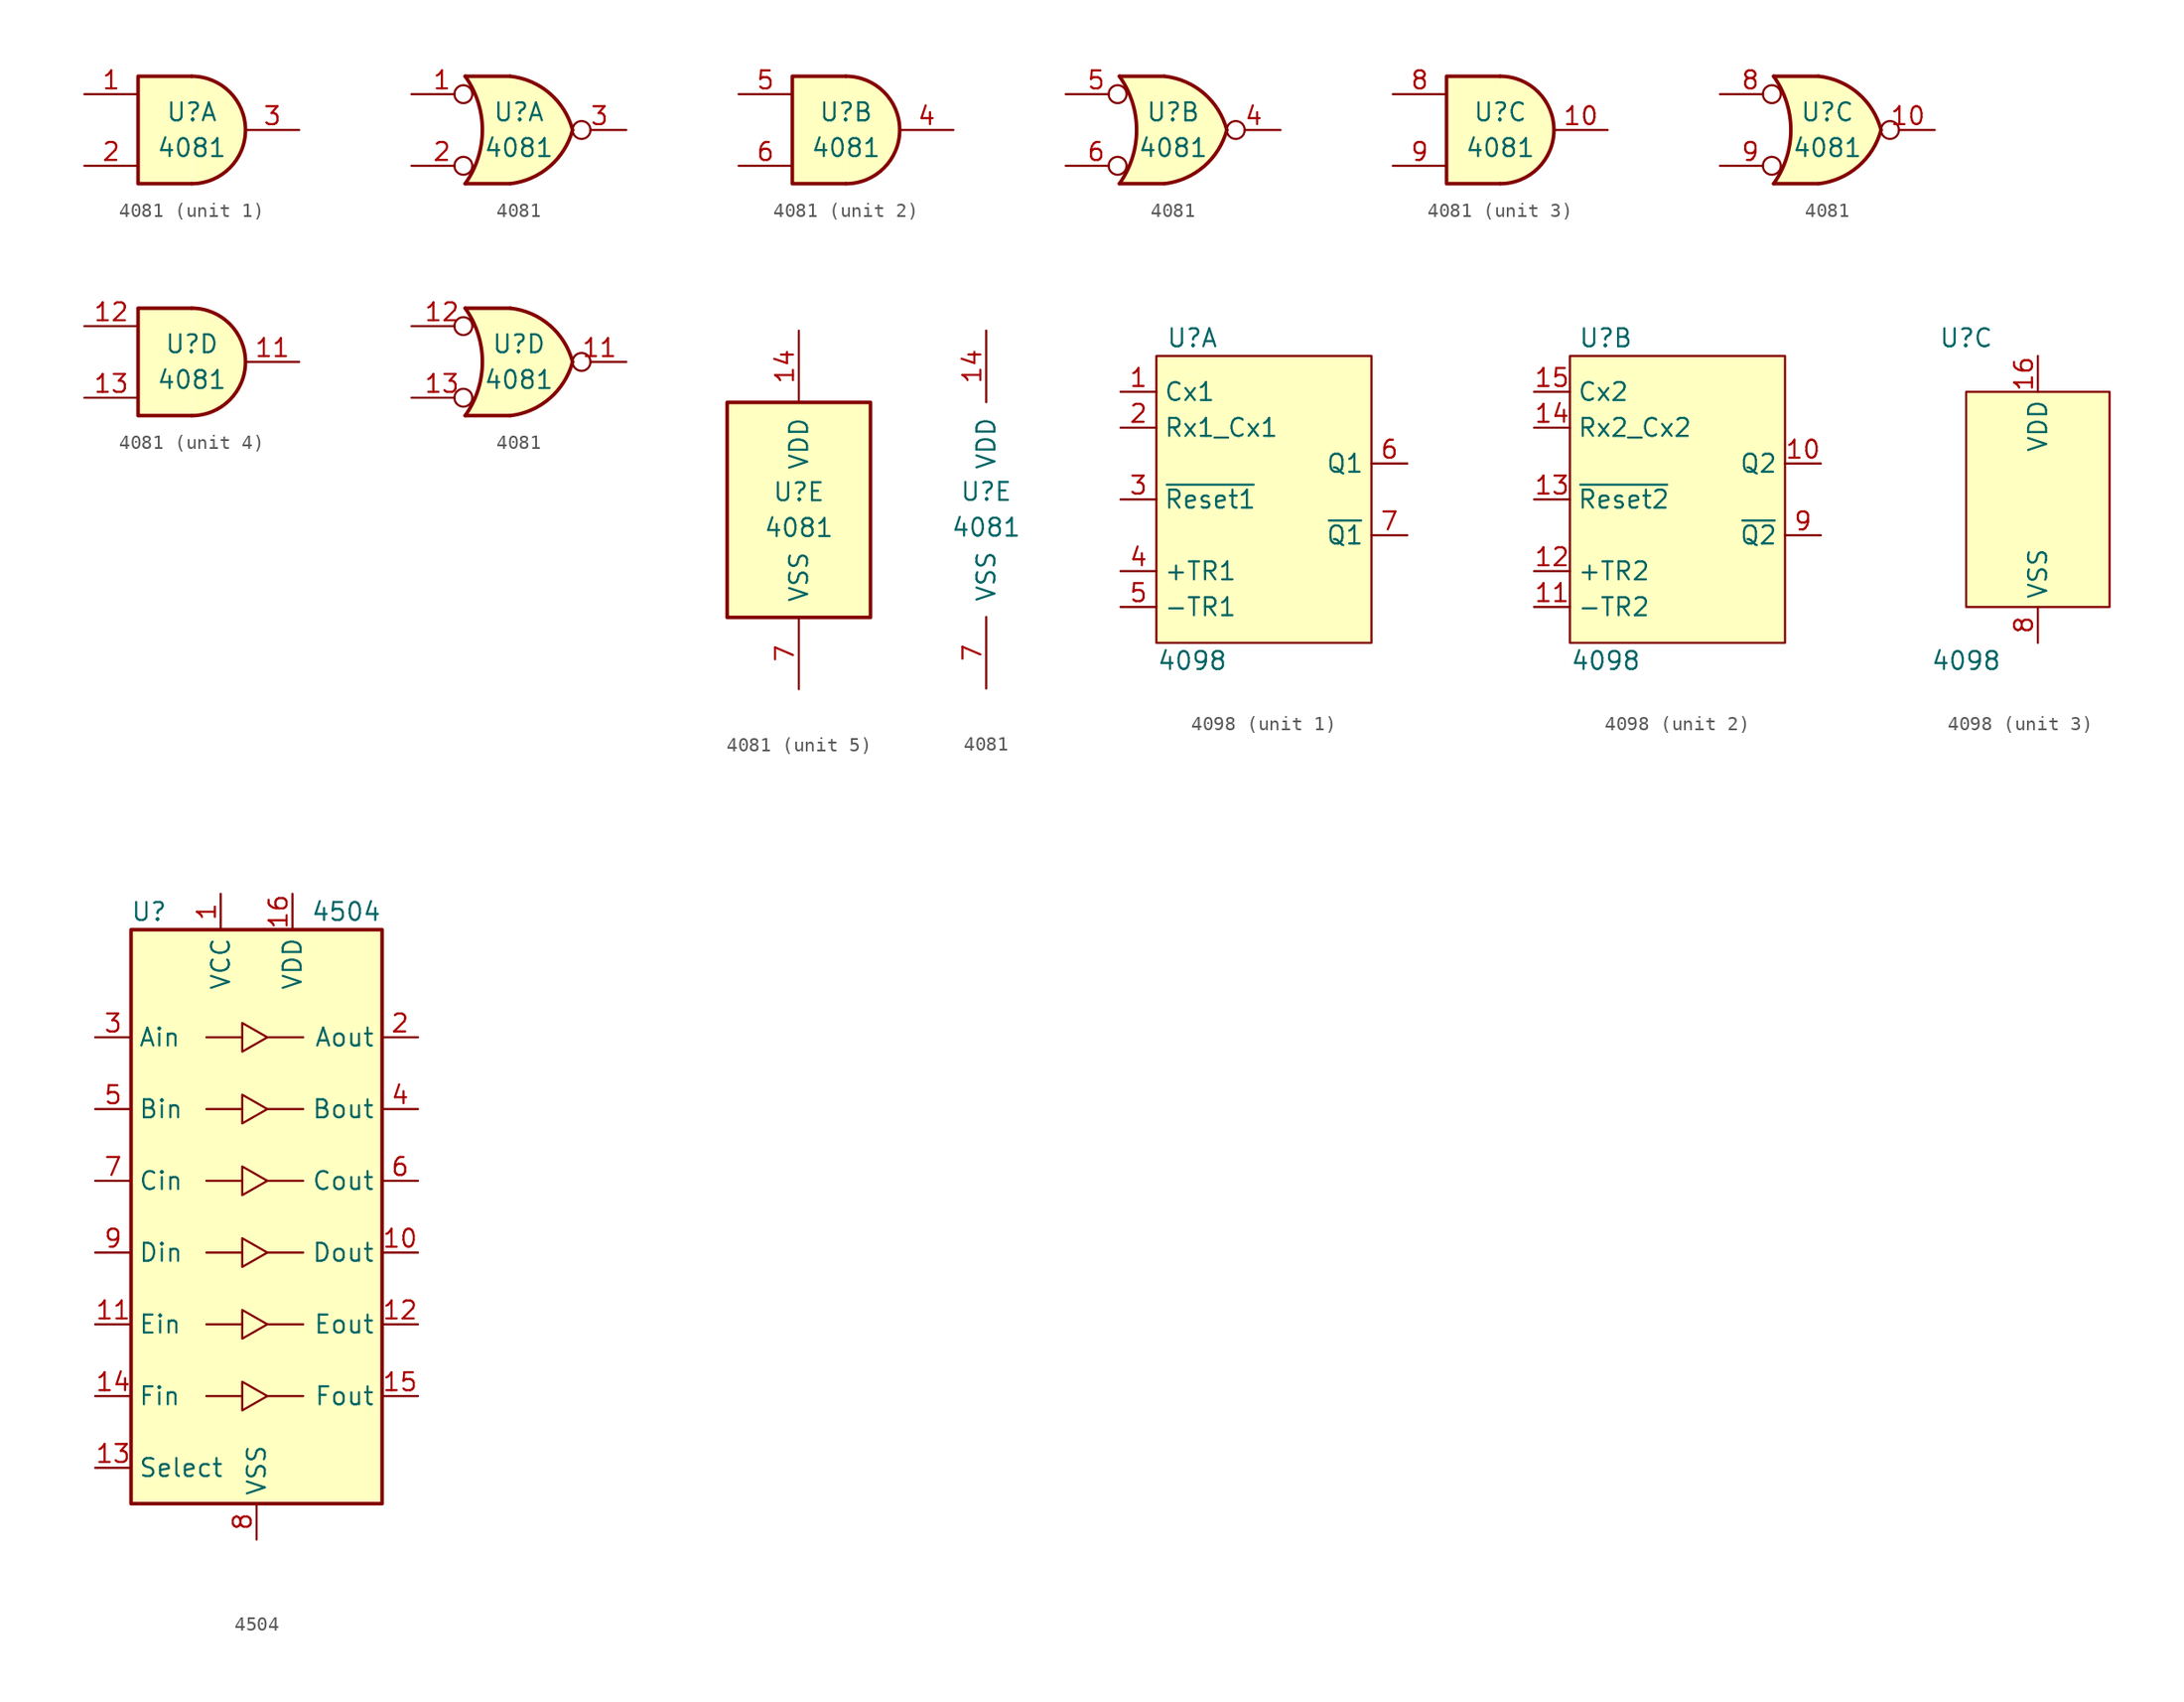
<source format=kicad_sym>
(kicad_symbol_lib
  (version 20220914)
  (generator kicad_symbol_editor)
  (symbol "4081"
    (pin_names
      (offset 1.016))
    (property "Reference" "U"
      (at 0 1.27 0)
      (effects (font (size 1.27 1.27))))
    (property "Value" "4081"
      (at 0 -1.27 0)
      (effects (font (size 1.27 1.27))))
    (property "ki_locked" ""
      (at 0 0 0)
      (effects (font (size 1.27 1.27))))
    (symbol "4081_1_1"
      (arc (start 0 -3.81) (mid 3.7934 0) (end 0 3.81) (stroke (width 0.254) (type default)) (fill (type background)))
      (polyline (pts (xy 0 3.81) (xy -3.81 3.81) (xy -3.81 -3.81) (xy 0 -3.81)) (stroke (width 0.254) (type default)) (fill (type background)))
      (pin input line (at -7.62 2.54 0) (length 3.81) (name "~" (effects (font (size 1.27 1.27)))) (number "1" (effects (font (size 1.27 1.27)))))
      (pin input line (at -7.62 -2.54 0) (length 3.81) (name "~" (effects (font (size 1.27 1.27)))) (number "2" (effects (font (size 1.27 1.27)))))
      (pin output line (at 7.62 0 180) (length 3.81) (name "~" (effects (font (size 1.27 1.27)))) (number "3" (effects (font (size 1.27 1.27))))))
    (symbol "4081_1_2"
      (arc (start -3.81 -3.81) (mid -2.589 0) (end -3.81 3.81) (stroke (width 0.254) (type default)) (fill (type none)))
      (arc (start -0.6096 -3.81) (mid 2.1842 -2.5851) (end 3.81 0) (stroke (width 0.254) (type default)) (fill (type background)))
      (polyline (pts (xy -3.81 -3.81) (xy -0.635 -3.81)) (stroke (width 0.254) (type default)) (fill (type background)))
      (polyline (pts (xy -3.81 3.81) (xy -0.635 3.81)) (stroke (width 0.254) (type default)) (fill (type background)))
      (polyline (pts (xy -0.635 3.81) (xy -3.81 3.81) (xy -3.81 3.81) (xy -3.556 3.404) (xy -3.023 2.261) (xy -2.692 1.041) (xy -2.616 -0.254) (xy -2.769 -1.499) (xy -3.175 -2.718) (xy -3.81 -3.81) (xy -3.81 -3.81) (xy -0.635 -3.81)) (stroke (width -25.4) (type default)) (fill (type background)))
      (arc (start 3.81 0) (mid 2.1915 2.5936) (end -0.6096 3.81) (stroke (width 0.254) (type default)) (fill (type background)))
      (pin input inverted (at -7.62 2.54 0) (length 4.318) (name "~" (effects (font (size 1.27 1.27)))) (number "1" (effects (font (size 1.27 1.27)))))
      (pin input inverted (at -7.62 -2.54 0) (length 4.318) (name "~" (effects (font (size 1.27 1.27)))) (number "2" (effects (font (size 1.27 1.27)))))
      (pin output inverted (at 7.62 0 180) (length 3.81) (name "~" (effects (font (size 1.27 1.27)))) (number "3" (effects (font (size 1.27 1.27))))))
    (symbol "4081_2_1"
      (arc (start 0 -3.81) (mid 3.7934 0) (end 0 3.81) (stroke (width 0.254) (type default)) (fill (type background)))
      (polyline (pts (xy 0 3.81) (xy -3.81 3.81) (xy -3.81 -3.81) (xy 0 -3.81)) (stroke (width 0.254) (type default)) (fill (type background)))
      (pin output line (at 7.62 0 180) (length 3.81) (name "~" (effects (font (size 1.27 1.27)))) (number "4" (effects (font (size 1.27 1.27)))))
      (pin input line (at -7.62 2.54 0) (length 3.81) (name "~" (effects (font (size 1.27 1.27)))) (number "5" (effects (font (size 1.27 1.27)))))
      (pin input line (at -7.62 -2.54 0) (length 3.81) (name "~" (effects (font (size 1.27 1.27)))) (number "6" (effects (font (size 1.27 1.27))))))
    (symbol "4081_2_2"
      (arc (start -3.81 -3.81) (mid -2.589 0) (end -3.81 3.81) (stroke (width 0.254) (type default)) (fill (type none)))
      (arc (start -0.6096 -3.81) (mid 2.1842 -2.5851) (end 3.81 0) (stroke (width 0.254) (type default)) (fill (type background)))
      (polyline (pts (xy -3.81 -3.81) (xy -0.635 -3.81)) (stroke (width 0.254) (type default)) (fill (type background)))
      (polyline (pts (xy -3.81 3.81) (xy -0.635 3.81)) (stroke (width 0.254) (type default)) (fill (type background)))
      (polyline (pts (xy -0.635 3.81) (xy -3.81 3.81) (xy -3.81 3.81) (xy -3.556 3.404) (xy -3.023 2.261) (xy -2.692 1.041) (xy -2.616 -0.254) (xy -2.769 -1.499) (xy -3.175 -2.718) (xy -3.81 -3.81) (xy -3.81 -3.81) (xy -0.635 -3.81)) (stroke (width -25.4) (type default)) (fill (type background)))
      (arc (start 3.81 0) (mid 2.1915 2.5936) (end -0.6096 3.81) (stroke (width 0.254) (type default)) (fill (type background)))
      (pin output inverted (at 7.62 0 180) (length 3.81) (name "~" (effects (font (size 1.27 1.27)))) (number "4" (effects (font (size 1.27 1.27)))))
      (pin input inverted (at -7.62 2.54 0) (length 4.318) (name "~" (effects (font (size 1.27 1.27)))) (number "5" (effects (font (size 1.27 1.27)))))
      (pin input inverted (at -7.62 -2.54 0) (length 4.318) (name "~" (effects (font (size 1.27 1.27)))) (number "6" (effects (font (size 1.27 1.27))))))
    (symbol "4081_3_1"
      (arc (start 0 -3.81) (mid 3.7934 0) (end 0 3.81) (stroke (width 0.254) (type default)) (fill (type background)))
      (polyline (pts (xy 0 3.81) (xy -3.81 3.81) (xy -3.81 -3.81) (xy 0 -3.81)) (stroke (width 0.254) (type default)) (fill (type background)))
      (pin output line (at 7.62 0 180) (length 3.81) (name "~" (effects (font (size 1.27 1.27)))) (number "10" (effects (font (size 1.27 1.27)))))
      (pin input line (at -7.62 2.54 0) (length 3.81) (name "~" (effects (font (size 1.27 1.27)))) (number "8" (effects (font (size 1.27 1.27)))))
      (pin input line (at -7.62 -2.54 0) (length 3.81) (name "~" (effects (font (size 1.27 1.27)))) (number "9" (effects (font (size 1.27 1.27))))))
    (symbol "4081_3_2"
      (arc (start -3.81 -3.81) (mid -2.589 0) (end -3.81 3.81) (stroke (width 0.254) (type default)) (fill (type none)))
      (arc (start -0.6096 -3.81) (mid 2.1842 -2.5851) (end 3.81 0) (stroke (width 0.254) (type default)) (fill (type background)))
      (polyline (pts (xy -3.81 -3.81) (xy -0.635 -3.81)) (stroke (width 0.254) (type default)) (fill (type background)))
      (polyline (pts (xy -3.81 3.81) (xy -0.635 3.81)) (stroke (width 0.254) (type default)) (fill (type background)))
      (polyline (pts (xy -0.635 3.81) (xy -3.81 3.81) (xy -3.81 3.81) (xy -3.556 3.404) (xy -3.023 2.261) (xy -2.692 1.041) (xy -2.616 -0.254) (xy -2.769 -1.499) (xy -3.175 -2.718) (xy -3.81 -3.81) (xy -3.81 -3.81) (xy -0.635 -3.81)) (stroke (width -25.4) (type default)) (fill (type background)))
      (arc (start 3.81 0) (mid 2.1915 2.5936) (end -0.6096 3.81) (stroke (width 0.254) (type default)) (fill (type background)))
      (pin output inverted (at 7.62 0 180) (length 3.81) (name "~" (effects (font (size 1.27 1.27)))) (number "10" (effects (font (size 1.27 1.27)))))
      (pin input inverted (at -7.62 2.54 0) (length 4.318) (name "~" (effects (font (size 1.27 1.27)))) (number "8" (effects (font (size 1.27 1.27)))))
      (pin input inverted (at -7.62 -2.54 0) (length 4.318) (name "~" (effects (font (size 1.27 1.27)))) (number "9" (effects (font (size 1.27 1.27))))))
    (symbol "4081_4_1"
      (arc (start 0 -3.81) (mid 3.7934 0) (end 0 3.81) (stroke (width 0.254) (type default)) (fill (type background)))
      (polyline (pts (xy 0 3.81) (xy -3.81 3.81) (xy -3.81 -3.81) (xy 0 -3.81)) (stroke (width 0.254) (type default)) (fill (type background)))
      (pin output line (at 7.62 0 180) (length 3.81) (name "~" (effects (font (size 1.27 1.27)))) (number "11" (effects (font (size 1.27 1.27)))))
      (pin input line (at -7.62 2.54 0) (length 3.81) (name "~" (effects (font (size 1.27 1.27)))) (number "12" (effects (font (size 1.27 1.27)))))
      (pin input line (at -7.62 -2.54 0) (length 3.81) (name "~" (effects (font (size 1.27 1.27)))) (number "13" (effects (font (size 1.27 1.27))))))
    (symbol "4081_4_2"
      (arc (start -3.81 -3.81) (mid -2.589 0) (end -3.81 3.81) (stroke (width 0.254) (type default)) (fill (type none)))
      (arc (start -0.6096 -3.81) (mid 2.1842 -2.5851) (end 3.81 0) (stroke (width 0.254) (type default)) (fill (type background)))
      (polyline (pts (xy -3.81 -3.81) (xy -0.635 -3.81)) (stroke (width 0.254) (type default)) (fill (type background)))
      (polyline (pts (xy -3.81 3.81) (xy -0.635 3.81)) (stroke (width 0.254) (type default)) (fill (type background)))
      (polyline (pts (xy -0.635 3.81) (xy -3.81 3.81) (xy -3.81 3.81) (xy -3.556 3.404) (xy -3.023 2.261) (xy -2.692 1.041) (xy -2.616 -0.254) (xy -2.769 -1.499) (xy -3.175 -2.718) (xy -3.81 -3.81) (xy -3.81 -3.81) (xy -0.635 -3.81)) (stroke (width -25.4) (type default)) (fill (type background)))
      (arc (start 3.81 0) (mid 2.1915 2.5936) (end -0.6096 3.81) (stroke (width 0.254) (type default)) (fill (type background)))
      (pin output inverted (at 7.62 0 180) (length 3.81) (name "~" (effects (font (size 1.27 1.27)))) (number "11" (effects (font (size 1.27 1.27)))))
      (pin input inverted (at -7.62 2.54 0) (length 4.318) (name "~" (effects (font (size 1.27 1.27)))) (number "12" (effects (font (size 1.27 1.27)))))
      (pin input inverted (at -7.62 -2.54 0) (length 4.318) (name "~" (effects (font (size 1.27 1.27)))) (number "13" (effects (font (size 1.27 1.27))))))
    (symbol "4081_5_0"
      (pin power_in line (at 0 12.7 270) (length 5.08) (name "VDD" (effects (font (size 1.27 1.27)))) (number "14" (effects (font (size 1.27 1.27)))))
      (pin power_in line (at 0 -12.7 90) (length 5.08) (name "VSS" (effects (font (size 1.27 1.27)))) (number "7" (effects (font (size 1.27 1.27))))))
    (symbol "4081_5_1"
      (rectangle (start -5.08 7.62) (end 5.08 -7.62) (stroke (width 0.254) (type default)) (fill (type background)))))
  (symbol "4098"
    (property "Reference" "U"
      (at -5.08 11.43 0)
      (effects (font (size 1.27 1.27))))
    (property "Value" "4098"
      (at -5.08 -11.43 0)
      (effects (font (size 1.27 1.27))))
    (symbol "4098_1_1"
      (rectangle (start -7.62 10.16) (end 7.62 -10.16) (stroke (width 0) (type default)) (fill (type background)))
      (pin input line (at -10.16 7.62 0) (length 2.54) (name "Cx1" (effects (font (size 1.27 1.27)))) (number "1" (effects (font (size 1.27 1.27)))))
      (pin input line (at -10.16 5.08 0) (length 2.54) (name "Rx1_Cx1" (effects (font (size 1.27 1.27)))) (number "2" (effects (font (size 1.27 1.27)))))
      (pin input line (at -10.16 0 0) (length 2.54) (name "~{Reset1}" (effects (font (size 1.27 1.27)))) (number "3" (effects (font (size 1.27 1.27)))))
      (pin input line (at -10.16 -5.08 0) (length 2.54) (name "+TR1" (effects (font (size 1.27 1.27)))) (number "4" (effects (font (size 1.27 1.27)))))
      (pin input line (at -10.16 -7.62 0) (length 2.54) (name "-TR1" (effects (font (size 1.27 1.27)))) (number "5" (effects (font (size 1.27 1.27)))))
      (pin output line (at 10.16 2.54 180) (length 2.54) (name "Q1" (effects (font (size 1.27 1.27)))) (number "6" (effects (font (size 1.27 1.27)))))
      (pin output line (at 10.16 -2.54 180) (length 2.54) (name "~{Q1}" (effects (font (size 1.27 1.27)))) (number "7" (effects (font (size 1.27 1.27))))))
    (symbol "4098_2_1"
      (rectangle (start -7.62 10.16) (end 7.62 -10.16) (stroke (width 0) (type default)) (fill (type background)))
      (pin output line (at 10.16 2.54 180) (length 2.54) (name "Q2" (effects (font (size 1.27 1.27)))) (number "10" (effects (font (size 1.27 1.27)))))
      (pin input line (at -10.16 -7.62 0) (length 2.54) (name "-TR2" (effects (font (size 1.27 1.27)))) (number "11" (effects (font (size 1.27 1.27)))))
      (pin input line (at -10.16 -5.08 0) (length 2.54) (name "+TR2" (effects (font (size 1.27 1.27)))) (number "12" (effects (font (size 1.27 1.27)))))
      (pin input line (at -10.16 0 0) (length 2.54) (name "~{Reset2}" (effects (font (size 1.27 1.27)))) (number "13" (effects (font (size 1.27 1.27)))))
      (pin input line (at -10.16 5.08 0) (length 2.54) (name "Rx2_Cx2" (effects (font (size 1.27 1.27)))) (number "14" (effects (font (size 1.27 1.27)))))
      (pin input line (at -10.16 7.62 0) (length 2.54) (name "Cx2" (effects (font (size 1.27 1.27)))) (number "15" (effects (font (size 1.27 1.27)))))
      (pin output line (at 10.16 -2.54 180) (length 2.54) (name "~{Q2}" (effects (font (size 1.27 1.27)))) (number "9" (effects (font (size 1.27 1.27))))))
    (symbol "4098_3_1"
      (rectangle (start -5.08 7.62) (end 5.08 -7.62) (stroke (width 0) (type default)) (fill (type background)))
      (pin power_in line (at 0 10.16 270) (length 2.54) (name "VDD" (effects (font (size 1.27 1.27)))) (number "16" (effects (font (size 1.27 1.27)))))
      (pin power_in line (at 0 -10.16 90) (length 2.54) (name "VSS" (effects (font (size 1.27 1.27)))) (number "8" (effects (font (size 1.27 1.27)))))))
  (symbol "4504"
    (property "Reference" "U"
      (at -7.62 21.59 0)
      (effects (font (size 1.27 1.27))))
    (property "Value" "4504"
      (at 6.35 21.59 0)
      (effects (font (size 1.27 1.27))))
    (symbol "4504_0_1"
      (polyline (pts (xy -3.556 -12.7) (xy -1.016 -12.7)) (stroke (width 0) (type default)) (fill (type none)))
      (polyline (pts (xy -3.556 -7.62) (xy -1.016 -7.62)) (stroke (width 0) (type default)) (fill (type none)))
      (polyline (pts (xy -3.556 -2.54) (xy -1.016 -2.54)) (stroke (width 0) (type default)) (fill (type none)))
      (polyline (pts (xy -3.556 2.54) (xy -1.016 2.54)) (stroke (width 0) (type default)) (fill (type none)))
      (polyline (pts (xy -3.556 7.62) (xy -1.016 7.62)) (stroke (width 0) (type default)) (fill (type none)))
      (polyline (pts (xy -3.556 12.7) (xy -1.016 12.7)) (stroke (width 0) (type default)) (fill (type none)))
      (polyline (pts (xy 0.762 -12.7) (xy 3.302 -12.7)) (stroke (width 0) (type default)) (fill (type none)))
      (polyline (pts (xy 0.762 -7.62) (xy 3.302 -7.62)) (stroke (width 0) (type default)) (fill (type none)))
      (polyline (pts (xy 0.762 -2.54) (xy 3.302 -2.54)) (stroke (width 0) (type default)) (fill (type none)))
      (polyline (pts (xy 0.762 2.54) (xy 3.302 2.54)) (stroke (width 0) (type default)) (fill (type none)))
      (polyline (pts (xy 0.762 7.62) (xy 3.302 7.62)) (stroke (width 0) (type default)) (fill (type none)))
      (polyline (pts (xy 0.762 12.7) (xy 3.302 12.7)) (stroke (width 0) (type default)) (fill (type none))))
    (symbol "4504_1_1"
      (rectangle (start -8.89 20.32) (end 8.89 -20.32) (stroke (width 0.254) (type default)) (fill (type background)))
      (polyline (pts (xy 0.762 -12.7) (xy -1.016 -13.716) (xy -1.016 -11.684) (xy 0.762 -12.7)) (stroke (width 0) (type default)) (fill (type none)))
      (polyline (pts (xy 0.762 -7.62) (xy -1.016 -8.636) (xy -1.016 -6.604) (xy 0.762 -7.62)) (stroke (width 0) (type default)) (fill (type none)))
      (polyline (pts (xy 0.762 -2.54) (xy -1.016 -3.556) (xy -1.016 -1.524) (xy 0.762 -2.54)) (stroke (width 0) (type default)) (fill (type none)))
      (polyline (pts (xy 0.762 2.54) (xy -1.016 1.524) (xy -1.016 3.556) (xy 0.762 2.54)) (stroke (width 0) (type default)) (fill (type none)))
      (polyline (pts (xy 0.762 7.62) (xy -1.016 6.604) (xy -1.016 8.636) (xy 0.762 7.62)) (stroke (width 0) (type default)) (fill (type none)))
      (polyline (pts (xy 0.762 12.7) (xy -1.016 11.684) (xy -1.016 13.716) (xy 0.762 12.7)) (stroke (width 0) (type default)) (fill (type none)))
      (pin power_in line (at -2.54 22.86 270) (length 2.54) (name "VCC" (effects (font (size 1.27 1.27)))) (number "1" (effects (font (size 1.27 1.27)))))
      (pin output line (at 11.43 -2.54 180) (length 2.54) (name "Dout" (effects (font (size 1.27 1.27)))) (number "10" (effects (font (size 1.27 1.27)))))
      (pin input line (at -11.43 -7.62 0) (length 2.54) (name "Ein" (effects (font (size 1.27 1.27)))) (number "11" (effects (font (size 1.27 1.27)))))
      (pin output line (at 11.43 -7.62 180) (length 2.54) (name "Eout" (effects (font (size 1.27 1.27)))) (number "12" (effects (font (size 1.27 1.27)))))
      (pin input line (at -11.43 -17.78 0) (length 2.54) (name "Select" (effects (font (size 1.27 1.27)))) (number "13" (effects (font (size 1.27 1.27)))))
      (pin input line (at -11.43 -12.7 0) (length 2.54) (name "Fin" (effects (font (size 1.27 1.27)))) (number "14" (effects (font (size 1.27 1.27)))))
      (pin output line (at 11.43 -12.7 180) (length 2.54) (name "Fout" (effects (font (size 1.27 1.27)))) (number "15" (effects (font (size 1.27 1.27)))))
      (pin power_in line (at 2.54 22.86 270) (length 2.54) (name "VDD" (effects (font (size 1.27 1.27)))) (number "16" (effects (font (size 1.27 1.27)))))
      (pin output line (at 11.43 12.7 180) (length 2.54) (name "Aout" (effects (font (size 1.27 1.27)))) (number "2" (effects (font (size 1.27 1.27)))))
      (pin input line (at -11.43 12.7 0) (length 2.54) (name "Ain" (effects (font (size 1.27 1.27)))) (number "3" (effects (font (size 1.27 1.27)))))
      (pin output line (at 11.43 7.62 180) (length 2.54) (name "Bout" (effects (font (size 1.27 1.27)))) (number "4" (effects (font (size 1.27 1.27)))))
      (pin input line (at -11.43 7.62 0) (length 2.54) (name "Bin" (effects (font (size 1.27 1.27)))) (number "5" (effects (font (size 1.27 1.27)))))
      (pin output line (at 11.43 2.54 180) (length 2.54) (name "Cout" (effects (font (size 1.27 1.27)))) (number "6" (effects (font (size 1.27 1.27)))))
      (pin input line (at -11.43 2.54 0) (length 2.54) (name "Cin" (effects (font (size 1.27 1.27)))) (number "7" (effects (font (size 1.27 1.27)))))
      (pin power_in line (at 0 -22.86 90) (length 2.54) (name "VSS" (effects (font (size 1.27 1.27)))) (number "8" (effects (font (size 1.27 1.27)))))
      (pin input line (at -11.43 -2.54 0) (length 2.54) (name "Din" (effects (font (size 1.27 1.27)))) (number "9" (effects (font (size 1.27 1.27))))))))
</source>
